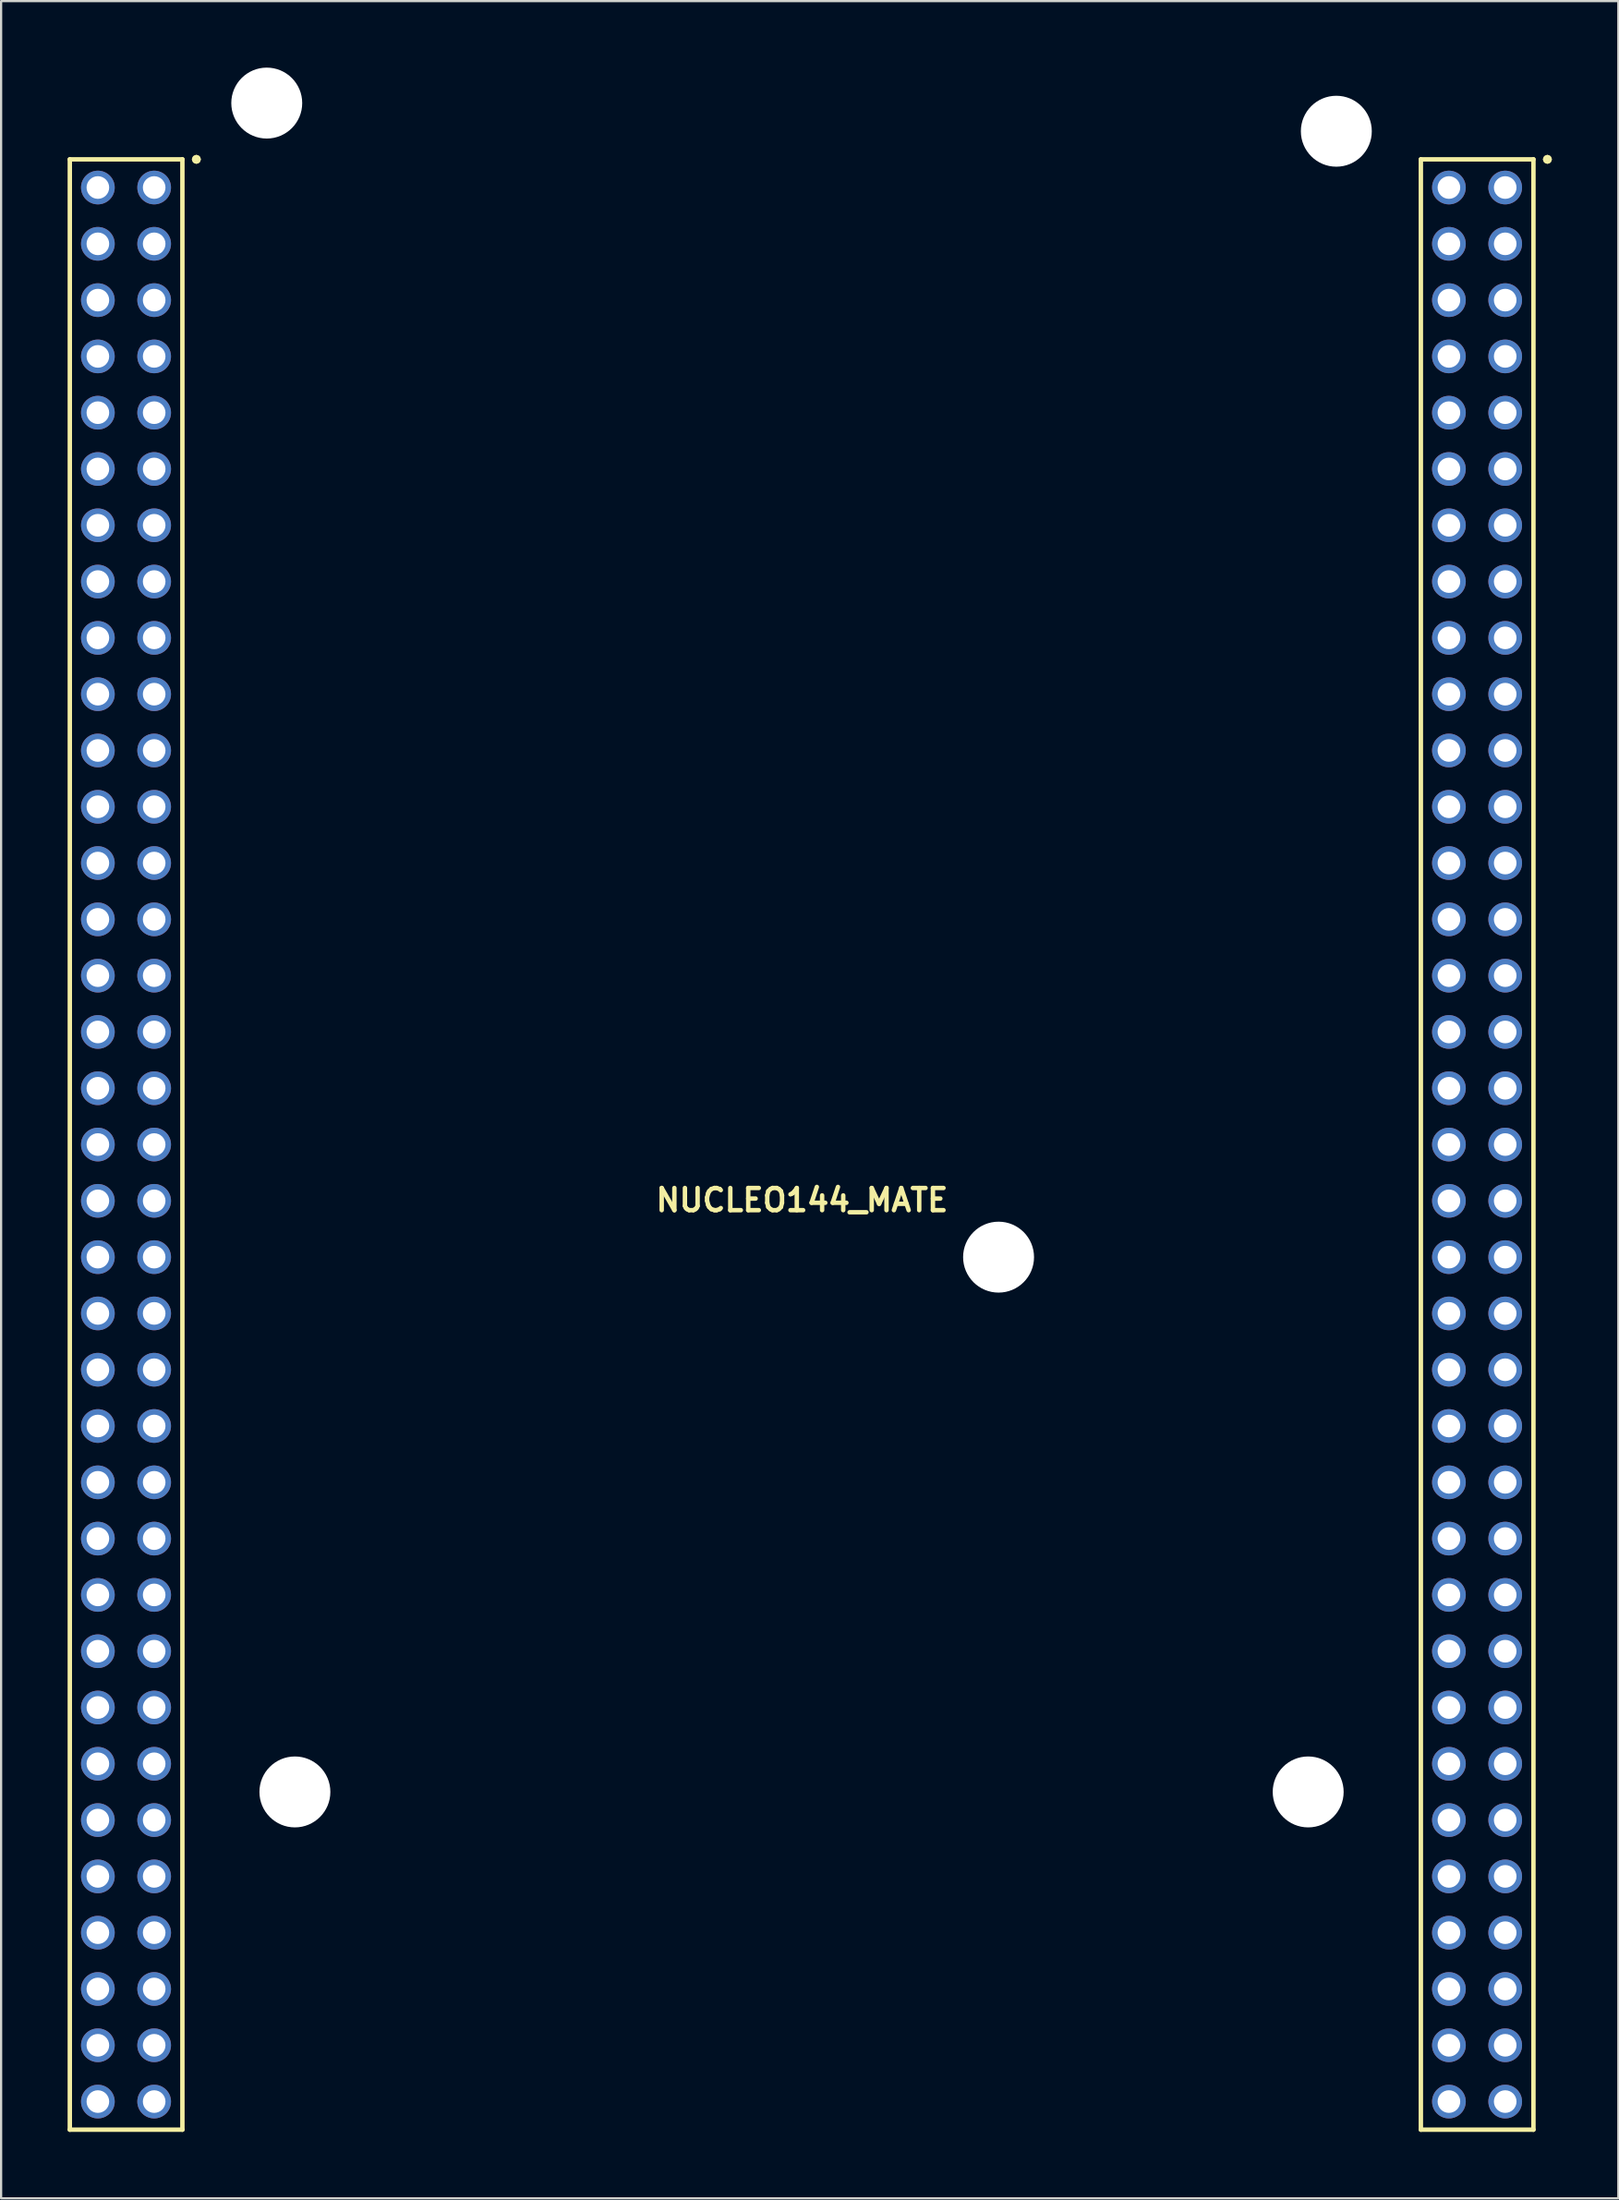
<source format=kicad_pcb>
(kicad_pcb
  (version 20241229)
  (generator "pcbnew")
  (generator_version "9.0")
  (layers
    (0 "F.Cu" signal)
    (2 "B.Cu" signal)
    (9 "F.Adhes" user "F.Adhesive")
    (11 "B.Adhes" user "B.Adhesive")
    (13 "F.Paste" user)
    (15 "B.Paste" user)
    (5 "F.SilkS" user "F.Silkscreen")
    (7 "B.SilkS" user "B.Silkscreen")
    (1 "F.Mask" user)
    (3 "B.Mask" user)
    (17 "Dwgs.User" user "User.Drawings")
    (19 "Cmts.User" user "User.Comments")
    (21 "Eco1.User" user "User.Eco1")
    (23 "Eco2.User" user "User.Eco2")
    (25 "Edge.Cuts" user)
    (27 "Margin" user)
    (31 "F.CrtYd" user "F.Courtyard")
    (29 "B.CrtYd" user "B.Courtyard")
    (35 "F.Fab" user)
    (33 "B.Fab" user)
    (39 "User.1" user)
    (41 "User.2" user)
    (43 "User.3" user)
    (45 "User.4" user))
  (footprint "NUCLEO144_MATE"
    (layer "F.Cu")
    (at 33.14 53.099)
    (property "Reference" "NUCLEO144_MATE" (at 0 -2 0) (layer "F.SilkS") (effects (font (size 1 1) (thickness 0.2))))
    (attr through_hole)
    (fp_line (start -33.04 -48.96) (end -27.96 -48.96) (stroke (width 0.2) (type solid)) (layer "F.SilkS"))
    (fp_line (start -33.04 39.94) (end -33.04 -48.96) (stroke (width 0.2) (type solid)) (layer "F.SilkS"))
    (fp_line (start -27.96 -48.96) (end -27.96 39.94) (stroke (width 0.2) (type solid)) (layer "F.SilkS"))
    (fp_line (start -27.96 39.94) (end -33.04 39.94) (stroke (width 0.2) (type solid)) (layer "F.SilkS"))
    (fp_line (start -27.43 -48.96) (end -27.4 -48.89) (stroke (width 0.2) (type solid)) (layer "F.SilkS"))
    (fp_line (start -27.4 -49.03) (end -27.43 -48.96) (stroke (width 0.2) (type solid)) (layer "F.SilkS"))
    (fp_line (start -27.4 -48.89) (end -27.33 -48.86) (stroke (width 0.2) (type solid)) (layer "F.SilkS"))
    (fp_line (start -27.33 -49.06) (end -27.4 -49.03) (stroke (width 0.2) (type solid)) (layer "F.SilkS"))
    (fp_line (start -27.33 -48.86) (end -27.26 -48.89) (stroke (width 0.2) (type solid)) (layer "F.SilkS"))
    (fp_line (start -27.26 -49.03) (end -27.33 -49.06) (stroke (width 0.2) (type solid)) (layer "F.SilkS"))
    (fp_line (start -27.26 -48.89) (end -27.23 -48.96) (stroke (width 0.2) (type solid)) (layer "F.SilkS"))
    (fp_line (start -27.23 -48.96) (end -27.26 -49.03) (stroke (width 0.2) (type solid)) (layer "F.SilkS"))
    (fp_line (start 27.92 -48.96) (end 33 -48.96) (stroke (width 0.2) (type solid)) (layer "F.SilkS"))
    (fp_line (start 27.92 39.94) (end 27.92 -48.96) (stroke (width 0.2) (type solid)) (layer "F.SilkS"))
    (fp_line (start 33 -48.96) (end 33 39.94) (stroke (width 0.2) (type solid)) (layer "F.SilkS"))
    (fp_line (start 33 39.94) (end 27.92 39.94) (stroke (width 0.2) (type solid)) (layer "F.SilkS"))
    (fp_line (start 33.53 -48.96) (end 33.56 -48.89) (stroke (width 0.2) (type solid)) (layer "F.SilkS"))
    (fp_line (start 33.56 -49.03) (end 33.53 -48.96) (stroke (width 0.2) (type solid)) (layer "F.SilkS"))
    (fp_line (start 33.56 -48.89) (end 33.63 -48.86) (stroke (width 0.2) (type solid)) (layer "F.SilkS"))
    (fp_line (start 33.63 -49.06) (end 33.56 -49.03) (stroke (width 0.2) (type solid)) (layer "F.SilkS"))
    (fp_line (start 33.63 -48.86) (end 33.7 -48.89) (stroke (width 0.2) (type solid)) (layer "F.SilkS"))
    (fp_line (start 33.7 -49.03) (end 33.63 -49.06) (stroke (width 0.2) (type solid)) (layer "F.SilkS"))
    (fp_line (start 33.7 -48.89) (end 33.73 -48.96) (stroke (width 0.2) (type solid)) (layer "F.SilkS"))
    (fp_line (start 33.73 -48.96) (end 33.7 -49.03) (stroke (width 0.2) (type solid)) (layer "F.SilkS"))
    (pad "" np_thru_hole circle (at -24.154 -51.498) (size 3.2 3.2) (drill 3.2) (layers "*.Cu" "*.Mask"))
    (pad "" np_thru_hole circle (at -22.884 24.701) (size 3.2 3.2) (drill 3.2) (layers "*.Cu" "*.Mask"))
    (pad "" np_thru_hole circle (at 8.866 0.572) (size 3.2 3.2) (drill 3.2) (layers "*.Cu" "*.Mask"))
    (pad "" np_thru_hole circle (at 22.836 24.701) (size 3.2 3.2) (drill 3.2) (layers "*.Cu" "*.Mask"))
    (pad "" np_thru_hole circle (at 24.106 -50.228) (size 3.2 3.2) (drill 3.2) (layers "*.Cu" "*.Mask"))
    (pad "1101" thru_hole circle (at -31.774 -47.688) (size 1.52 1.52) (drill 1.02) (layers "*.Cu" "*.Mask"))
    (pad "1102" thru_hole circle (at -31.774 -45.148) (size 1.52 1.52) (drill 1.02) (layers "*.Cu" "*.Mask"))
    (pad "1103" thru_hole circle (at -31.774 -42.608) (size 1.52 1.52) (drill 1.02) (layers "*.Cu" "*.Mask"))
    (pad "1104" thru_hole circle (at -31.774 -40.069) (size 1.52 1.52) (drill 1.02) (layers "*.Cu" "*.Mask"))
    (pad "1105" thru_hole circle (at -31.774 -37.529) (size 1.52 1.52) (drill 1.02) (layers "*.Cu" "*.Mask"))
    (pad "1106" thru_hole circle (at -31.774 -34.989) (size 1.52 1.52) (drill 1.02) (layers "*.Cu" "*.Mask"))
    (pad "1107" thru_hole circle (at -31.774 -32.449) (size 1.52 1.52) (drill 1.02) (layers "*.Cu" "*.Mask"))
    (pad "1108" thru_hole circle (at -31.774 -29.909) (size 1.52 1.52) (drill 1.02) (layers "*.Cu" "*.Mask"))
    (pad "1109" thru_hole circle (at -31.774 -27.369) (size 1.52 1.52) (drill 1.02) (layers "*.Cu" "*.Mask"))
    (pad "1110" thru_hole circle (at -31.774 -24.828) (size 1.52 1.52) (drill 1.02) (layers "*.Cu" "*.Mask"))
    (pad "1111" thru_hole circle (at -31.774 -22.288) (size 1.52 1.52) (drill 1.02) (layers "*.Cu" "*.Mask"))
    (pad "1112" thru_hole circle (at -31.774 -19.748) (size 1.52 1.52) (drill 1.02) (layers "*.Cu" "*.Mask"))
    (pad "1113" thru_hole circle (at -31.774 -17.209) (size 1.52 1.52) (drill 1.02) (layers "*.Cu" "*.Mask"))
    (pad "1114" thru_hole circle (at -31.774 -14.668) (size 1.52 1.52) (drill 1.02) (layers "*.Cu" "*.Mask"))
    (pad "1115" thru_hole circle (at -31.774 -12.129) (size 1.52 1.52) (drill 1.02) (layers "*.Cu" "*.Mask"))
    (pad "1116" thru_hole circle (at -31.774 -9.588) (size 1.52 1.52) (drill 1.02) (layers "*.Cu" "*.Mask"))
    (pad "1117" thru_hole circle (at -31.774 -7.048) (size 1.52 1.52) (drill 1.02) (layers "*.Cu" "*.Mask"))
    (pad "1118" thru_hole circle (at -31.774 -4.508) (size 1.52 1.52) (drill 1.02) (layers "*.Cu" "*.Mask"))
    (pad "1119" thru_hole circle (at -31.774 -1.968) (size 1.52 1.52) (drill 1.02) (layers "*.Cu" "*.Mask"))
    (pad "1120" thru_hole circle (at -31.774 0.572) (size 1.52 1.52) (drill 1.02) (layers "*.Cu" "*.Mask"))
    (pad "1121" thru_hole circle (at -31.774 3.111) (size 1.52 1.52) (drill 1.02) (layers "*.Cu" "*.Mask"))
    (pad "1122" thru_hole circle (at -31.774 5.652) (size 1.52 1.52) (drill 1.02) (layers "*.Cu" "*.Mask"))
    (pad "1123" thru_hole circle (at -31.774 8.191) (size 1.52 1.52) (drill 1.02) (layers "*.Cu" "*.Mask"))
    (pad "1124" thru_hole circle (at -31.774 10.732) (size 1.52 1.52) (drill 1.02) (layers "*.Cu" "*.Mask"))
    (pad "1125" thru_hole circle (at -31.774 13.271) (size 1.52 1.52) (drill 1.02) (layers "*.Cu" "*.Mask"))
    (pad "1126" thru_hole circle (at -31.774 15.812) (size 1.52 1.52) (drill 1.02) (layers "*.Cu" "*.Mask"))
    (pad "1127" thru_hole circle (at -31.774 18.352) (size 1.52 1.52) (drill 1.02) (layers "*.Cu" "*.Mask"))
    (pad "1128" thru_hole circle (at -31.774 20.892) (size 1.52 1.52) (drill 1.02) (layers "*.Cu" "*.Mask"))
    (pad "1129" thru_hole circle (at -31.774 23.431) (size 1.52 1.52) (drill 1.02) (layers "*.Cu" "*.Mask"))
    (pad "1130" thru_hole circle (at -31.774 25.971) (size 1.52 1.52) (drill 1.02) (layers "*.Cu" "*.Mask"))
    (pad "1131" thru_hole circle (at -31.774 28.512) (size 1.52 1.52) (drill 1.02) (layers "*.Cu" "*.Mask"))
    (pad "1132" thru_hole circle (at -31.774 31.052) (size 1.52 1.52) (drill 1.02) (layers "*.Cu" "*.Mask"))
    (pad "1133" thru_hole circle (at -31.774 33.592) (size 1.52 1.52) (drill 1.02) (layers "*.Cu" "*.Mask"))
    (pad "1134" thru_hole circle (at -31.774 36.132) (size 1.52 1.52) (drill 1.02) (layers "*.Cu" "*.Mask"))
    (pad "1135" thru_hole circle (at -31.774 38.672) (size 1.52 1.52) (drill 1.02) (layers "*.Cu" "*.Mask"))
    (pad "1136" thru_hole circle (at -29.234 -47.688) (size 1.52 1.52) (drill 1.02) (layers "*.Cu" "*.Mask"))
    (pad "1137" thru_hole circle (at -29.234 -45.148) (size 1.52 1.52) (drill 1.02) (layers "*.Cu" "*.Mask"))
    (pad "1138" thru_hole circle (at -29.234 -42.608) (size 1.52 1.52) (drill 1.02) (layers "*.Cu" "*.Mask"))
    (pad "1139" thru_hole circle (at -29.234 -40.069) (size 1.52 1.52) (drill 1.02) (layers "*.Cu" "*.Mask"))
    (pad "1140" thru_hole circle (at -29.234 -37.529) (size 1.52 1.52) (drill 1.02) (layers "*.Cu" "*.Mask"))
    (pad "1141" thru_hole circle (at -29.234 -34.989) (size 1.52 1.52) (drill 1.02) (layers "*.Cu" "*.Mask"))
    (pad "1142" thru_hole circle (at -29.234 -32.449) (size 1.52 1.52) (drill 1.02) (layers "*.Cu" "*.Mask"))
    (pad "1143" thru_hole circle (at -29.234 -29.909) (size 1.52 1.52) (drill 1.02) (layers "*.Cu" "*.Mask"))
    (pad "1144" thru_hole circle (at -29.234 -27.369) (size 1.52 1.52) (drill 1.02) (layers "*.Cu" "*.Mask"))
    (pad "1145" thru_hole circle (at -29.234 -24.828) (size 1.52 1.52) (drill 1.02) (layers "*.Cu" "*.Mask"))
    (pad "1146" thru_hole circle (at -29.234 -22.288) (size 1.52 1.52) (drill 1.02) (layers "*.Cu" "*.Mask"))
    (pad "1147" thru_hole circle (at -29.234 -19.748) (size 1.52 1.52) (drill 1.02) (layers "*.Cu" "*.Mask"))
    (pad "1148" thru_hole circle (at -29.234 -17.209) (size 1.52 1.52) (drill 1.02) (layers "*.Cu" "*.Mask"))
    (pad "1149" thru_hole circle (at -29.234 -14.668) (size 1.52 1.52) (drill 1.02) (layers "*.Cu" "*.Mask"))
    (pad "1150" thru_hole circle (at -29.234 -12.129) (size 1.52 1.52) (drill 1.02) (layers "*.Cu" "*.Mask"))
    (pad "1151" thru_hole circle (at -29.234 -9.588) (size 1.52 1.52) (drill 1.02) (layers "*.Cu" "*.Mask"))
    (pad "1152" thru_hole circle (at -29.234 -7.048) (size 1.52 1.52) (drill 1.02) (layers "*.Cu" "*.Mask"))
    (pad "1153" thru_hole circle (at -29.234 -4.508) (size 1.52 1.52) (drill 1.02) (layers "*.Cu" "*.Mask"))
    (pad "1154" thru_hole circle (at -29.234 -1.968) (size 1.52 1.52) (drill 1.02) (layers "*.Cu" "*.Mask"))
    (pad "1155" thru_hole circle (at -29.234 0.572) (size 1.52 1.52) (drill 1.02) (layers "*.Cu" "*.Mask"))
    (pad "1156" thru_hole circle (at -29.234 3.111) (size 1.52 1.52) (drill 1.02) (layers "*.Cu" "*.Mask"))
    (pad "1157" thru_hole circle (at -29.234 5.652) (size 1.52 1.52) (drill 1.02) (layers "*.Cu" "*.Mask"))
    (pad "1158" thru_hole circle (at -29.234 8.191) (size 1.52 1.52) (drill 1.02) (layers "*.Cu" "*.Mask"))
    (pad "1159" thru_hole circle (at -29.234 10.732) (size 1.52 1.52) (drill 1.02) (layers "*.Cu" "*.Mask"))
    (pad "1160" thru_hole circle (at -29.234 13.271) (size 1.52 1.52) (drill 1.02) (layers "*.Cu" "*.Mask"))
    (pad "1161" thru_hole circle (at -29.234 15.812) (size 1.52 1.52) (drill 1.02) (layers "*.Cu" "*.Mask"))
    (pad "1162" thru_hole circle (at -29.234 18.352) (size 1.52 1.52) (drill 1.02) (layers "*.Cu" "*.Mask"))
    (pad "1163" thru_hole circle (at -29.234 20.892) (size 1.52 1.52) (drill 1.02) (layers "*.Cu" "*.Mask"))
    (pad "1164" thru_hole circle (at -29.234 23.431) (size 1.52 1.52) (drill 1.02) (layers "*.Cu" "*.Mask"))
    (pad "1165" thru_hole circle (at -29.234 25.971) (size 1.52 1.52) (drill 1.02) (layers "*.Cu" "*.Mask"))
    (pad "1166" thru_hole circle (at -29.234 28.512) (size 1.52 1.52) (drill 1.02) (layers "*.Cu" "*.Mask"))
    (pad "1167" thru_hole circle (at -29.234 31.052) (size 1.52 1.52) (drill 1.02) (layers "*.Cu" "*.Mask"))
    (pad "1168" thru_hole circle (at -29.234 33.592) (size 1.52 1.52) (drill 1.02) (layers "*.Cu" "*.Mask"))
    (pad "1169" thru_hole circle (at -29.234 36.132) (size 1.52 1.52) (drill 1.02) (layers "*.Cu" "*.Mask"))
    (pad "1170" thru_hole circle (at -29.234 38.672) (size 1.52 1.52) (drill 1.02) (layers "*.Cu" "*.Mask"))
    (pad "1201" thru_hole circle (at 29.186 -47.688) (size 1.52 1.52) (drill 1.02) (layers "*.Cu" "*.Mask"))
    (pad "1202" thru_hole circle (at 29.186 -45.148) (size 1.52 1.52) (drill 1.02) (layers "*.Cu" "*.Mask"))
    (pad "1203" thru_hole circle (at 29.186 -42.608) (size 1.52 1.52) (drill 1.02) (layers "*.Cu" "*.Mask"))
    (pad "1204" thru_hole circle (at 29.186 -40.069) (size 1.52 1.52) (drill 1.02) (layers "*.Cu" "*.Mask"))
    (pad "1205" thru_hole circle (at 29.186 -37.529) (size 1.52 1.52) (drill 1.02) (layers "*.Cu" "*.Mask"))
    (pad "1206" thru_hole circle (at 29.186 -34.989) (size 1.52 1.52) (drill 1.02) (layers "*.Cu" "*.Mask"))
    (pad "1207" thru_hole circle (at 29.186 -32.449) (size 1.52 1.52) (drill 1.02) (layers "*.Cu" "*.Mask"))
    (pad "1208" thru_hole circle (at 29.186 -29.909) (size 1.52 1.52) (drill 1.02) (layers "*.Cu" "*.Mask"))
    (pad "1209" thru_hole circle (at 29.186 -27.369) (size 1.52 1.52) (drill 1.02) (layers "*.Cu" "*.Mask"))
    (pad "1210" thru_hole circle (at 29.186 -24.828) (size 1.52 1.52) (drill 1.02) (layers "*.Cu" "*.Mask"))
    (pad "1211" thru_hole circle (at 29.186 -22.288) (size 1.52 1.52) (drill 1.02) (layers "*.Cu" "*.Mask"))
    (pad "1212" thru_hole circle (at 29.186 -19.748) (size 1.52 1.52) (drill 1.02) (layers "*.Cu" "*.Mask"))
    (pad "1213" thru_hole circle (at 29.186 -17.209) (size 1.52 1.52) (drill 1.02) (layers "*.Cu" "*.Mask"))
    (pad "1214" thru_hole circle (at 29.186 -14.668) (size 1.52 1.52) (drill 1.02) (layers "*.Cu" "*.Mask"))
    (pad "1215" thru_hole circle (at 29.186 -12.129) (size 1.52 1.52) (drill 1.02) (layers "*.Cu" "*.Mask"))
    (pad "1216" thru_hole circle (at 29.186 -9.588) (size 1.52 1.52) (drill 1.02) (layers "*.Cu" "*.Mask"))
    (pad "1217" thru_hole circle (at 29.186 -7.048) (size 1.52 1.52) (drill 1.02) (layers "*.Cu" "*.Mask"))
    (pad "1218" thru_hole circle (at 29.186 -4.508) (size 1.52 1.52) (drill 1.02) (layers "*.Cu" "*.Mask"))
    (pad "1219" thru_hole circle (at 29.186 -1.968) (size 1.52 1.52) (drill 1.02) (layers "*.Cu" "*.Mask"))
    (pad "1220" thru_hole circle (at 29.186 0.572) (size 1.52 1.52) (drill 1.02) (layers "*.Cu" "*.Mask"))
    (pad "1221" thru_hole circle (at 29.186 3.111) (size 1.52 1.52) (drill 1.02) (layers "*.Cu" "*.Mask"))
    (pad "1222" thru_hole circle (at 29.186 5.652) (size 1.52 1.52) (drill 1.02) (layers "*.Cu" "*.Mask"))
    (pad "1223" thru_hole circle (at 29.186 8.191) (size 1.52 1.52) (drill 1.02) (layers "*.Cu" "*.Mask"))
    (pad "1224" thru_hole circle (at 29.186 10.732) (size 1.52 1.52) (drill 1.02) (layers "*.Cu" "*.Mask"))
    (pad "1225" thru_hole circle (at 29.186 13.271) (size 1.52 1.52) (drill 1.02) (layers "*.Cu" "*.Mask"))
    (pad "1226" thru_hole circle (at 29.186 15.812) (size 1.52 1.52) (drill 1.02) (layers "*.Cu" "*.Mask"))
    (pad "1227" thru_hole circle (at 29.186 18.352) (size 1.52 1.52) (drill 1.02) (layers "*.Cu" "*.Mask"))
    (pad "1228" thru_hole circle (at 29.186 20.892) (size 1.52 1.52) (drill 1.02) (layers "*.Cu" "*.Mask"))
    (pad "1229" thru_hole circle (at 29.186 23.431) (size 1.52 1.52) (drill 1.02) (layers "*.Cu" "*.Mask"))
    (pad "1230" thru_hole circle (at 29.186 25.971) (size 1.52 1.52) (drill 1.02) (layers "*.Cu" "*.Mask"))
    (pad "1231" thru_hole circle (at 29.186 28.512) (size 1.52 1.52) (drill 1.02) (layers "*.Cu" "*.Mask"))
    (pad "1232" thru_hole circle (at 29.186 31.052) (size 1.52 1.52) (drill 1.02) (layers "*.Cu" "*.Mask"))
    (pad "1233" thru_hole circle (at 29.186 33.592) (size 1.52 1.52) (drill 1.02) (layers "*.Cu" "*.Mask"))
    (pad "1234" thru_hole circle (at 29.186 36.132) (size 1.52 1.52) (drill 1.02) (layers "*.Cu" "*.Mask"))
    (pad "1235" thru_hole circle (at 29.186 38.672) (size 1.52 1.52) (drill 1.02) (layers "*.Cu" "*.Mask"))
    (pad "1236" thru_hole circle (at 31.726 -47.688) (size 1.52 1.52) (drill 1.02) (layers "*.Cu" "*.Mask"))
    (pad "1237" thru_hole circle (at 31.726 -45.148) (size 1.52 1.52) (drill 1.02) (layers "*.Cu" "*.Mask"))
    (pad "1238" thru_hole circle (at 31.726 -42.608) (size 1.52 1.52) (drill 1.02) (layers "*.Cu" "*.Mask"))
    (pad "1239" thru_hole circle (at 31.726 -40.069) (size 1.52 1.52) (drill 1.02) (layers "*.Cu" "*.Mask"))
    (pad "1240" thru_hole circle (at 31.726 -37.529) (size 1.52 1.52) (drill 1.02) (layers "*.Cu" "*.Mask"))
    (pad "1241" thru_hole circle (at 31.726 -34.989) (size 1.52 1.52) (drill 1.02) (layers "*.Cu" "*.Mask"))
    (pad "1242" thru_hole circle (at 31.726 -32.449) (size 1.52 1.52) (drill 1.02) (layers "*.Cu" "*.Mask"))
    (pad "1243" thru_hole circle (at 31.726 -29.909) (size 1.52 1.52) (drill 1.02) (layers "*.Cu" "*.Mask"))
    (pad "1244" thru_hole circle (at 31.726 -27.369) (size 1.52 1.52) (drill 1.02) (layers "*.Cu" "*.Mask"))
    (pad "1245" thru_hole circle (at 31.726 -24.828) (size 1.52 1.52) (drill 1.02) (layers "*.Cu" "*.Mask"))
    (pad "1246" thru_hole circle (at 31.726 -22.288) (size 1.52 1.52) (drill 1.02) (layers "*.Cu" "*.Mask"))
    (pad "1247" thru_hole circle (at 31.726 -19.748) (size 1.52 1.52) (drill 1.02) (layers "*.Cu" "*.Mask"))
    (pad "1248" thru_hole circle (at 31.726 -17.209) (size 1.52 1.52) (drill 1.02) (layers "*.Cu" "*.Mask"))
    (pad "1249" thru_hole circle (at 31.726 -14.668) (size 1.52 1.52) (drill 1.02) (layers "*.Cu" "*.Mask"))
    (pad "1250" thru_hole circle (at 31.726 -12.129) (size 1.52 1.52) (drill 1.02) (layers "*.Cu" "*.Mask"))
    (pad "1251" thru_hole circle (at 31.726 -9.588) (size 1.52 1.52) (drill 1.02) (layers "*.Cu" "*.Mask"))
    (pad "1252" thru_hole circle (at 31.726 -7.048) (size 1.52 1.52) (drill 1.02) (layers "*.Cu" "*.Mask"))
    (pad "1253" thru_hole circle (at 31.726 -4.508) (size 1.52 1.52) (drill 1.02) (layers "*.Cu" "*.Mask"))
    (pad "1254" thru_hole circle (at 31.726 -1.968) (size 1.52 1.52) (drill 1.02) (layers "*.Cu" "*.Mask"))
    (pad "1255" thru_hole circle (at 31.726 0.572) (size 1.52 1.52) (drill 1.02) (layers "*.Cu" "*.Mask"))
    (pad "1256" thru_hole circle (at 31.726 3.111) (size 1.52 1.52) (drill 1.02) (layers "*.Cu" "*.Mask"))
    (pad "1257" thru_hole circle (at 31.726 5.652) (size 1.52 1.52) (drill 1.02) (layers "*.Cu" "*.Mask"))
    (pad "1258" thru_hole circle (at 31.726 8.191) (size 1.52 1.52) (drill 1.02) (layers "*.Cu" "*.Mask"))
    (pad "1259" thru_hole circle (at 31.726 10.732) (size 1.52 1.52) (drill 1.02) (layers "*.Cu" "*.Mask"))
    (pad "1260" thru_hole circle (at 31.726 13.271) (size 1.52 1.52) (drill 1.02) (layers "*.Cu" "*.Mask"))
    (pad "1261" thru_hole circle (at 31.726 15.812) (size 1.52 1.52) (drill 1.02) (layers "*.Cu" "*.Mask"))
    (pad "1262" thru_hole circle (at 31.726 18.352) (size 1.52 1.52) (drill 1.02) (layers "*.Cu" "*.Mask"))
    (pad "1263" thru_hole circle (at 31.726 20.892) (size 1.52 1.52) (drill 1.02) (layers "*.Cu" "*.Mask"))
    (pad "1264" thru_hole circle (at 31.726 23.431) (size 1.52 1.52) (drill 1.02) (layers "*.Cu" "*.Mask"))
    (pad "1265" thru_hole circle (at 31.726 25.971) (size 1.52 1.52) (drill 1.02) (layers "*.Cu" "*.Mask"))
    (pad "1266" thru_hole circle (at 31.726 28.512) (size 1.52 1.52) (drill 1.02) (layers "*.Cu" "*.Mask"))
    (pad "1267" thru_hole circle (at 31.726 31.052) (size 1.52 1.52) (drill 1.02) (layers "*.Cu" "*.Mask"))
    (pad "1268" thru_hole circle (at 31.726 33.592) (size 1.52 1.52) (drill 1.02) (layers "*.Cu" "*.Mask"))
    (pad "1269" thru_hole circle (at 31.726 36.132) (size 1.52 1.52) (drill 1.02) (layers "*.Cu" "*.Mask"))
    (pad "1270" thru_hole circle (at 31.726 38.672) (size 1.52 1.52) (drill 1.02) (layers "*.Cu" "*.Mask")))
  (gr_rect
    (start -3 -3)
    (end 69.97 96.138)
    (stroke (width 0.1) (type default))
    (fill no)
    (layer "Edge.Cuts")))
</source>
